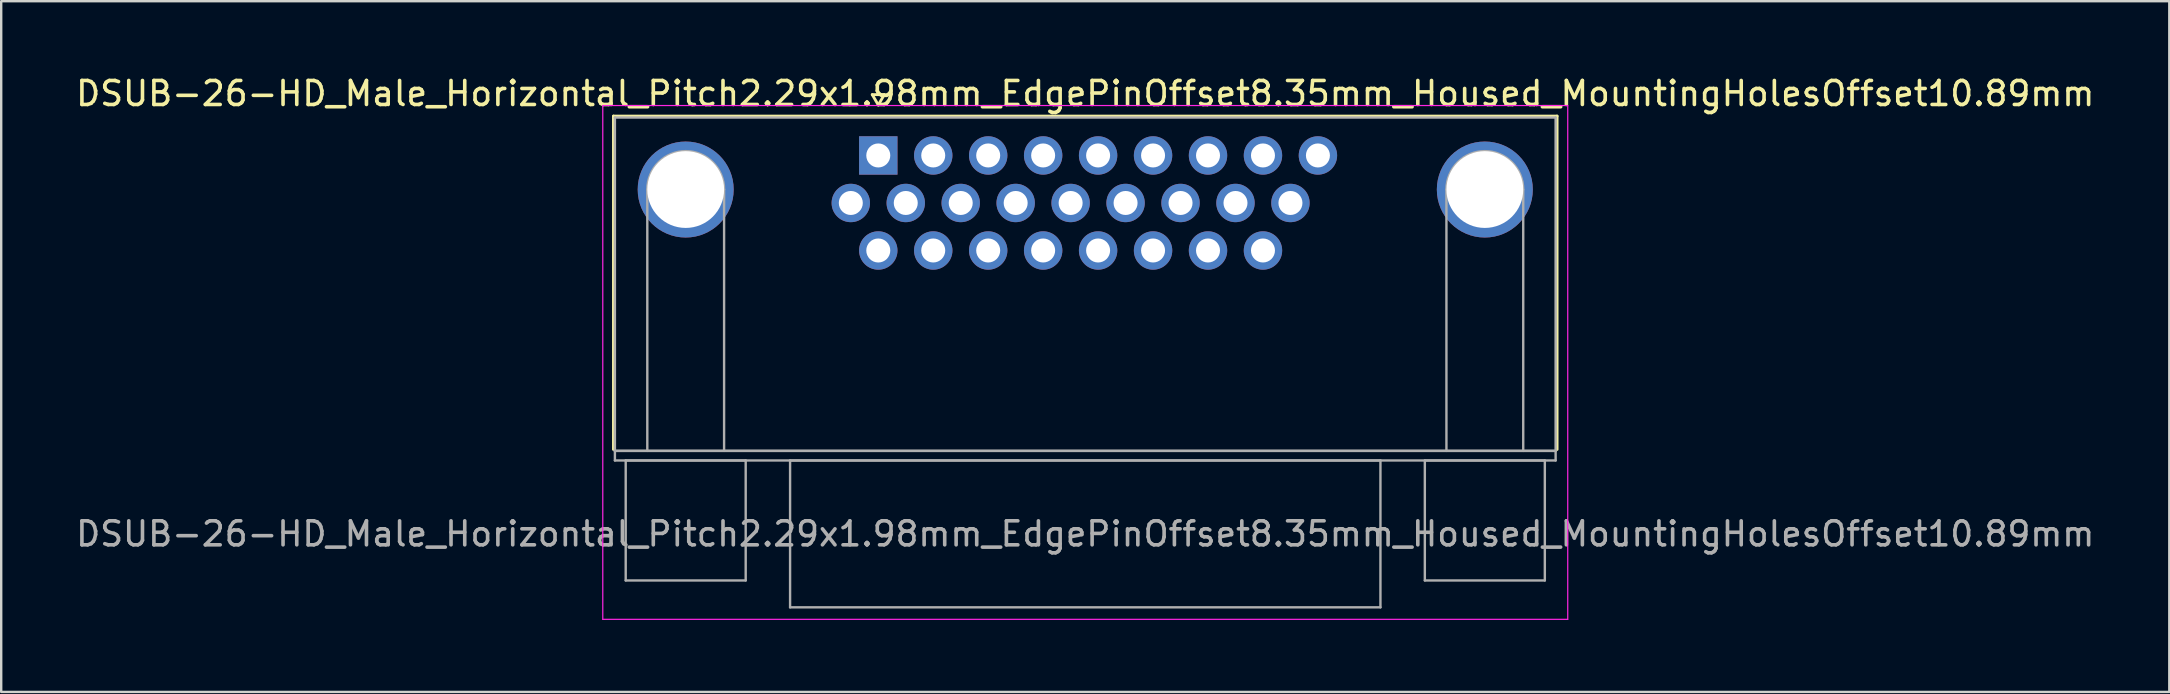
<source format=kicad_pcb>
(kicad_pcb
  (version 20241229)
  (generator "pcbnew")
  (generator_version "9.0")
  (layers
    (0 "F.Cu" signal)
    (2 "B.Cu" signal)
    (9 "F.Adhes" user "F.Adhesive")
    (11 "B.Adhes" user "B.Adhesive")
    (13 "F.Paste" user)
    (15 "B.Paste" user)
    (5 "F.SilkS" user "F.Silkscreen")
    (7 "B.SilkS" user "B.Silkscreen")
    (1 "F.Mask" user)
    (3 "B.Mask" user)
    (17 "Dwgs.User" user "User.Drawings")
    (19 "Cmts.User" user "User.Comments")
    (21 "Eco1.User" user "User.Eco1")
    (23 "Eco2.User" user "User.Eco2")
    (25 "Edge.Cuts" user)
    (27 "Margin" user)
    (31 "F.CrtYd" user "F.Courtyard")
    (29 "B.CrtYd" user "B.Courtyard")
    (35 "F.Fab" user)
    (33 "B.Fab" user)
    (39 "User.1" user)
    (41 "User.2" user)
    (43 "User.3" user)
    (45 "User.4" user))
  (footprint "DSUB-26-HD_Male_Horizontal_Pitch2.29x1.98mm_EdgePinOffset8.35mm_Housed_MountingHolesOffset10.89mm"
    (layer "F.Cu")
    (at 33.548 3.428)
    (property "Reference" "DSUB-26-HD_Male_Horizontal_Pitch2.29x1.98mm_EdgePinOffset8.35mm_Housed_MountingHolesOffset10.89mm" (at 8.625 -2.58 0) (layer "F.SilkS") (effects (font (size 1 1) (thickness 0.15))))
    (attr through_hole)
    (fp_line (start -11.035 -1.64) (end 28.285 -1.64) (stroke (width 0.12) (type solid)) (layer "F.SilkS"))
    (fp_line (start -11.035 12.25) (end -11.035 -1.64) (stroke (width 0.12) (type solid)) (layer "F.SilkS"))
    (fp_line (start -0.25 -2.534) (end 0.25 -2.534) (stroke (width 0.12) (type solid)) (layer "F.SilkS"))
    (fp_line (start 0 -2.101) (end -0.25 -2.534) (stroke (width 0.12) (type solid)) (layer "F.SilkS"))
    (fp_line (start 0.25 -2.534) (end 0 -2.101) (stroke (width 0.12) (type solid)) (layer "F.SilkS"))
    (fp_line (start 28.285 -1.64) (end 28.285 12.25) (stroke (width 0.12) (type solid)) (layer "F.SilkS"))
    (fp_line (start -11.48 -2.08) (end -11.48 19.33) (stroke (width 0.05) (type solid)) (layer "F.CrtYd"))
    (fp_line (start -11.48 19.33) (end 28.73 19.33) (stroke (width 0.05) (type solid)) (layer "F.CrtYd"))
    (fp_line (start 28.73 -2.08) (end -11.48 -2.08) (stroke (width 0.05) (type solid)) (layer "F.CrtYd"))
    (fp_line (start 28.73 19.33) (end 28.73 -2.08) (stroke (width 0.05) (type solid)) (layer "F.CrtYd"))
    (fp_line (start -10.975 -1.58) (end -10.975 12.31) (stroke (width 0.1) (type solid)) (layer "F.Fab"))
    (fp_line (start -10.975 12.31) (end -10.975 12.71) (stroke (width 0.1) (type solid)) (layer "F.Fab"))
    (fp_line (start -10.975 12.31) (end 28.225 12.31) (stroke (width 0.1) (type solid)) (layer "F.Fab"))
    (fp_line (start -10.975 12.71) (end 28.225 12.71) (stroke (width 0.1) (type solid)) (layer "F.Fab"))
    (fp_line (start -10.525 12.71) (end -10.525 17.71) (stroke (width 0.1) (type solid)) (layer "F.Fab"))
    (fp_line (start -10.525 17.71) (end -5.525 17.71) (stroke (width 0.1) (type solid)) (layer "F.Fab"))
    (fp_line (start -9.625 12.31) (end -9.625 1.42) (stroke (width 0.1) (type solid)) (layer "F.Fab"))
    (fp_line (start -6.425 12.31) (end -6.425 1.42) (stroke (width 0.1) (type solid)) (layer "F.Fab"))
    (fp_line (start -5.525 12.71) (end -10.525 12.71) (stroke (width 0.1) (type solid)) (layer "F.Fab"))
    (fp_line (start -5.525 17.71) (end -5.525 12.71) (stroke (width 0.1) (type solid)) (layer "F.Fab"))
    (fp_line (start -3.675 12.71) (end -3.675 18.83) (stroke (width 0.1) (type solid)) (layer "F.Fab"))
    (fp_line (start -3.675 18.83) (end 20.925 18.83) (stroke (width 0.1) (type solid)) (layer "F.Fab"))
    (fp_line (start 20.925 12.71) (end -3.675 12.71) (stroke (width 0.1) (type solid)) (layer "F.Fab"))
    (fp_line (start 20.925 18.83) (end 20.925 12.71) (stroke (width 0.1) (type solid)) (layer "F.Fab"))
    (fp_line (start 22.775 12.71) (end 22.775 17.71) (stroke (width 0.1) (type solid)) (layer "F.Fab"))
    (fp_line (start 22.775 17.71) (end 27.775 17.71) (stroke (width 0.1) (type solid)) (layer "F.Fab"))
    (fp_line (start 23.675 12.31) (end 23.675 1.42) (stroke (width 0.1) (type solid)) (layer "F.Fab"))
    (fp_line (start 26.875 12.31) (end 26.875 1.42) (stroke (width 0.1) (type solid)) (layer "F.Fab"))
    (fp_line (start 27.775 12.71) (end 22.775 12.71) (stroke (width 0.1) (type solid)) (layer "F.Fab"))
    (fp_line (start 27.775 17.71) (end 27.775 12.71) (stroke (width 0.1) (type solid)) (layer "F.Fab"))
    (fp_line (start 28.225 -1.58) (end -10.975 -1.58) (stroke (width 0.1) (type solid)) (layer "F.Fab"))
    (fp_line (start 28.225 12.31) (end -10.975 12.31) (stroke (width 0.1) (type solid)) (layer "F.Fab"))
    (fp_line (start 28.225 12.31) (end 28.225 -1.58) (stroke (width 0.1) (type solid)) (layer "F.Fab"))
    (fp_line (start 28.225 12.71) (end 28.225 12.31) (stroke (width 0.1) (type solid)) (layer "F.Fab"))
    (fp_arc (start -9.625 1.42) (mid -8.025 -0.18) (end -6.425 1.42) (stroke (width 0.1) (type solid)) (layer "F.Fab"))
    (fp_arc (start 23.675 1.42) (mid 25.275 -0.18) (end 26.875 1.42) (stroke (width 0.1) (type solid)) (layer "F.Fab"))
    (fp_text user "${REFERENCE}" (at 8.625 15.77 0) (layer "F.Fab") (effects (font (size 1 1) (thickness 0.15))))
    (pad "0" thru_hole circle (at -8.025 1.42) (size 4 4) (drill 3.2) (layers "*.Cu" "*.Mask"))
    (pad "0" thru_hole circle (at 25.275 1.42) (size 4 4) (drill 3.2) (layers "*.Cu" "*.Mask"))
    (pad "1" thru_hole rect (at 0 0) (size 1.6 1.6) (drill 1) (layers "*.Cu" "*.Mask"))
    (pad "2" thru_hole circle (at 2.29 0) (size 1.6 1.6) (drill 1) (layers "*.Cu" "*.Mask"))
    (pad "3" thru_hole circle (at 4.58 0) (size 1.6 1.6) (drill 1) (layers "*.Cu" "*.Mask"))
    (pad "4" thru_hole circle (at 6.87 0) (size 1.6 1.6) (drill 1) (layers "*.Cu" "*.Mask"))
    (pad "5" thru_hole circle (at 9.16 0) (size 1.6 1.6) (drill 1) (layers "*.Cu" "*.Mask"))
    (pad "6" thru_hole circle (at 11.45 0) (size 1.6 1.6) (drill 1) (layers "*.Cu" "*.Mask"))
    (pad "7" thru_hole circle (at 13.74 0) (size 1.6 1.6) (drill 1) (layers "*.Cu" "*.Mask"))
    (pad "8" thru_hole circle (at 16.03 0) (size 1.6 1.6) (drill 1) (layers "*.Cu" "*.Mask"))
    (pad "9" thru_hole circle (at 18.32 0) (size 1.6 1.6) (drill 1) (layers "*.Cu" "*.Mask"))
    (pad "10" thru_hole circle (at -1.145 1.98) (size 1.6 1.6) (drill 1) (layers "*.Cu" "*.Mask"))
    (pad "11" thru_hole circle (at 1.145 1.98) (size 1.6 1.6) (drill 1) (layers "*.Cu" "*.Mask"))
    (pad "12" thru_hole circle (at 3.435 1.98) (size 1.6 1.6) (drill 1) (layers "*.Cu" "*.Mask"))
    (pad "13" thru_hole circle (at 5.725 1.98) (size 1.6 1.6) (drill 1) (layers "*.Cu" "*.Mask"))
    (pad "14" thru_hole circle (at 8.015 1.98) (size 1.6 1.6) (drill 1) (layers "*.Cu" "*.Mask"))
    (pad "15" thru_hole circle (at 10.305 1.98) (size 1.6 1.6) (drill 1) (layers "*.Cu" "*.Mask"))
    (pad "16" thru_hole circle (at 12.595 1.98) (size 1.6 1.6) (drill 1) (layers "*.Cu" "*.Mask"))
    (pad "17" thru_hole circle (at 14.885 1.98) (size 1.6 1.6) (drill 1) (layers "*.Cu" "*.Mask"))
    (pad "18" thru_hole circle (at 17.175 1.98) (size 1.6 1.6) (drill 1) (layers "*.Cu" "*.Mask"))
    (pad "19" thru_hole circle (at 0 3.96) (size 1.6 1.6) (drill 1) (layers "*.Cu" "*.Mask"))
    (pad "20" thru_hole circle (at 2.29 3.96) (size 1.6 1.6) (drill 1) (layers "*.Cu" "*.Mask"))
    (pad "21" thru_hole circle (at 4.58 3.96) (size 1.6 1.6) (drill 1) (layers "*.Cu" "*.Mask"))
    (pad "22" thru_hole circle (at 6.87 3.96) (size 1.6 1.6) (drill 1) (layers "*.Cu" "*.Mask"))
    (pad "23" thru_hole circle (at 9.16 3.96) (size 1.6 1.6) (drill 1) (layers "*.Cu" "*.Mask"))
    (pad "24" thru_hole circle (at 11.45 3.96) (size 1.6 1.6) (drill 1) (layers "*.Cu" "*.Mask"))
    (pad "25" thru_hole circle (at 13.74 3.96) (size 1.6 1.6) (drill 1) (layers "*.Cu" "*.Mask"))
    (pad "26" thru_hole circle (at 16.03 3.96) (size 1.6 1.6) (drill 1) (layers "*.Cu" "*.Mask")))
  (gr_rect
    (start -3 -3)
    (end 87.345 25.783)
    (stroke (width 0.1) (type default))
    (fill no)
    (layer "Edge.Cuts")))
</source>
